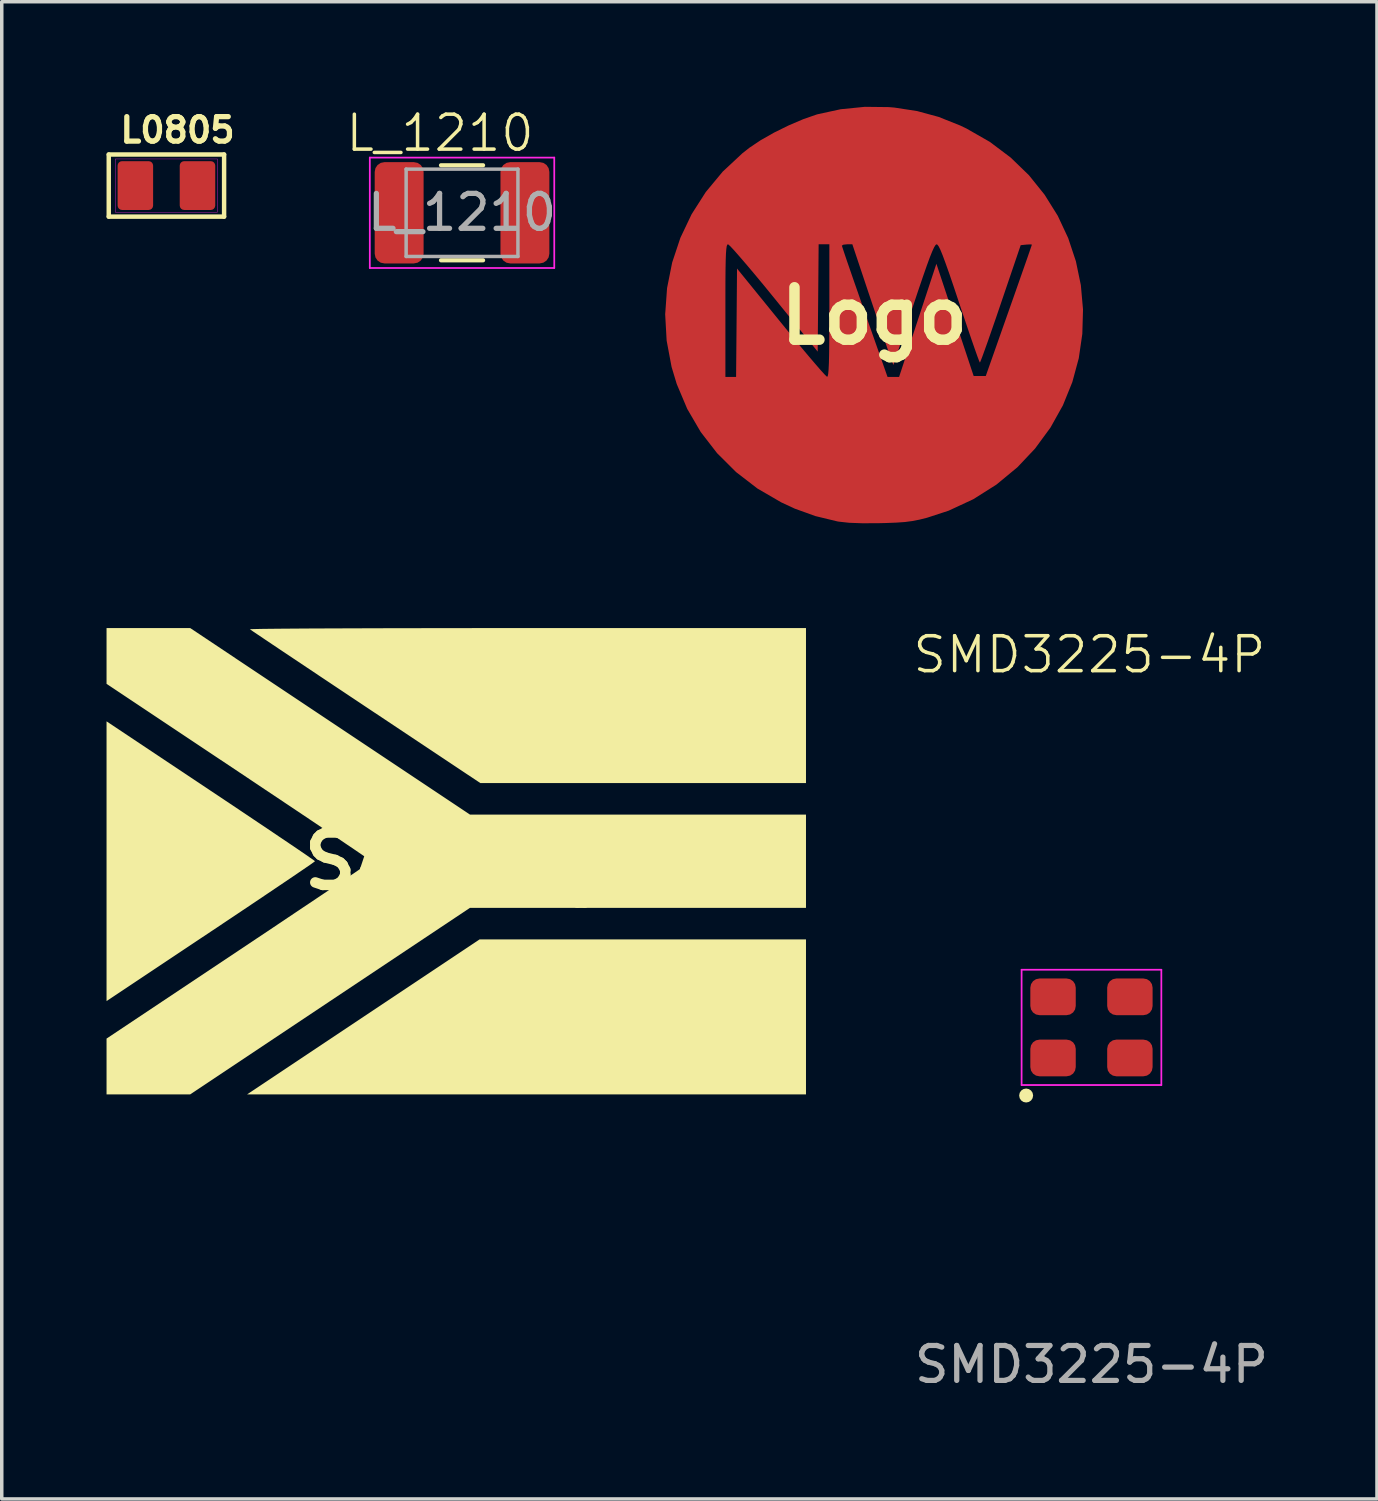
<source format=kicad_pcb>
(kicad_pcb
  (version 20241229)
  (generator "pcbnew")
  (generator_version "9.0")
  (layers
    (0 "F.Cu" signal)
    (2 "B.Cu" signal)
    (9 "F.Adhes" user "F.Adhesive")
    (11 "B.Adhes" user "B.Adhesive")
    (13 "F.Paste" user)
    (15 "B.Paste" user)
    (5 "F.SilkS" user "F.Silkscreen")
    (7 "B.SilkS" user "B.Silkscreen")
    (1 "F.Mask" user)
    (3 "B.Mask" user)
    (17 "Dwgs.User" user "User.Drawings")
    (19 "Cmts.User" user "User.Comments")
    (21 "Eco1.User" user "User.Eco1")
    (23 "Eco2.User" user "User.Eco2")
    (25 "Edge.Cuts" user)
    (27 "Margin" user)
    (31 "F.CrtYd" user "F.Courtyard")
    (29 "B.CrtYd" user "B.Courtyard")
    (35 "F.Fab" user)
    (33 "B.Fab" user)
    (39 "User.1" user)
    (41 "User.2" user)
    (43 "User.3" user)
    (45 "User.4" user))
  (footprint "SA_Flag"
    (layer "F.Cu")
    (at 10.011 21.603)
    (property "Reference" "SA_Flag" (at 0 0 0) (layer "F.SilkS") (effects (font (size 1.5 1.5) (thickness 0.3))))
    (attr board_only exclude_from_pos_files exclude_from_bom)
    (fp_poly (pts (xy 10.011 4.456) (xy 10.011 6.674) (xy 2.012 6.674) (xy -5.987 6.674) (xy -2.66 4.456) (xy 0.667 2.238) (xy 5.339 2.238) (xy 10.011 2.238)) (stroke (width 0) (type solid)) (fill yes) (layer "F.SilkS"))
    (fp_poly (pts (xy -7.027 -2.015) (xy -6.592 -1.725) (xy -6.175 -1.446) (xy -5.783 -1.183) (xy -5.418 -0.939) (xy -5.087 -0.715) (xy -4.793 -0.517) (xy -4.54 -0.346) (xy -4.335 -0.206) (xy -4.181 -0.099) (xy -4.082 -0.03) (xy -4.044 -0.001) (xy -4.044 0) (xy -4.076 0.025) (xy -4.168 0.091) (xy -4.317 0.193) (xy -4.518 0.33) (xy -4.765 0.498) (xy -5.056 0.694) (xy -5.384 0.915) (xy -5.745 1.158) (xy -6.135 1.419) (xy -6.549 1.696) (xy -6.983 1.986) (xy -7.027 2.015) (xy -10.011 4.004) (xy -10.011 0) (xy -10.011 -4.004)) (stroke (width 0) (type solid)) (fill yes) (layer "F.SilkS"))
    (fp_poly (pts (xy 10.011 -4.456) (xy 10.011 -2.238) (xy 5.349 -2.238) (xy 0.687 -2.238) (xy -2.591 -4.421) (xy -3.049 -4.726) (xy -3.488 -5.019) (xy -3.905 -5.297) (xy -4.295 -5.558) (xy -4.653 -5.797) (xy -4.975 -6.012) (xy -5.257 -6.201) (xy -5.494 -6.36) (xy -5.681 -6.486) (xy -5.815 -6.576) (xy -5.891 -6.628) (xy -5.906 -6.639) (xy -5.872 -6.643) (xy -5.762 -6.646) (xy -5.579 -6.65) (xy -5.327 -6.653) (xy -5.009 -6.656) (xy -4.628 -6.659) (xy -4.187 -6.662) (xy -3.689 -6.664) (xy -3.138 -6.666) (xy -2.535 -6.668) (xy -1.885 -6.67) (xy -1.19 -6.671) (xy -0.454 -6.672) (xy 0.321 -6.673) (xy 1.13 -6.674) (xy 1.973 -6.674) (xy 2.034 -6.674) (xy 10.011 -6.674)) (stroke (width 0) (type solid)) (fill yes) (layer "F.SilkS"))
    (fp_poly (pts (xy -3.612 -4.004) (xy 0.392 -1.335) (xy 5.202 -1.335) (xy 10.011 -1.335) (xy 10.011 0) (xy 10.011 1.335) (xy 5.202 1.335) (xy 0.392 1.335) (xy -3.612 4.004) (xy -7.616 6.674) (xy -8.813 6.674) (xy -10.011 6.674) (xy -10.011 5.875) (xy -10.011 5.077) (xy -6.222 2.552) (xy -5.731 2.224) (xy -5.257 1.908) (xy -4.807 1.606) (xy -4.383 1.322) (xy -3.99 1.059) (xy -3.632 0.818) (xy -3.313 0.603) (xy -3.036 0.416) (xy -2.807 0.26) (xy -2.629 0.138) (xy -2.506 0.053) (xy -2.442 0.007) (xy -2.434 0) (xy -2.466 -0.025) (xy -2.559 -0.09) (xy -2.71 -0.194) (xy -2.914 -0.333) (xy -3.167 -0.504) (xy -3.464 -0.705) (xy -3.803 -0.933) (xy -4.179 -1.186) (xy -4.588 -1.46) (xy -5.025 -1.752) (xy -5.488 -2.061) (xy -5.97 -2.384) (xy -6.222 -2.552) (xy -10.011 -5.077) (xy -10.011 -5.875) (xy -10.011 -6.674) (xy -8.813 -6.674) (xy -7.616 -6.674)) (stroke (width 0) (type solid)) (fill yes) (layer "F.SilkS")))
  (footprint "L0805"
    (layer "F.Cu")
    (at 1.714 2.262)
    (property "Reference" "L0805" (at 0.318 -1.589 0) (layer "F.SilkS") (effects (font (size 0.701 0.701) (thickness 0.15))))
    (attr smd)
    (fp_line (start -1.651 -0.889) (end 1.651 -0.889) (stroke (width 0.127) (type solid)) (layer "F.SilkS"))
    (fp_line (start -1.651 0.889) (end -1.651 -0.889) (stroke (width 0.127) (type solid)) (layer "F.SilkS"))
    (fp_line (start 1.651 -0.889) (end 1.651 0.889) (stroke (width 0.127) (type solid)) (layer "F.SilkS"))
    (fp_line (start 1.651 0.889) (end -1.651 0.889) (stroke (width 0.127) (type solid)) (layer "F.SilkS"))
    (fp_poly (pts (xy -1.462 -0.762) (xy 1.46 -0.762) (xy 1.46 0.763) (xy -1.462 0.763)) (stroke (width 0.01) (type solid)) (fill no) (layer "F.CrtYd"))
    (pad "1" smd roundrect (at -0.889 0) (size 1.016 1.397) (layers "F.Cu" "F.Mask" "F.Paste") (roundrect_rratio 0.125))
    (pad "2" smd roundrect (at 0.889 0) (size 1.016 1.397) (layers "F.Cu" "F.Mask" "F.Paste") (roundrect_rratio 0.125)))
  (footprint "Logo"
    (layer "F.Cu")
    (at 21.978 5.995)
    (property "Reference" "Logo" (at 0 0 0) (layer "F.SilkS") (effects (font (size 1.5 1.5) (thickness 0.3))))
    (attr board_only exclude_from_pos_files exclude_from_bom)
    (fp_poly (pts (xy 0.415 -5.979) (xy 0.573 -5.966) (xy 1.224 -5.866) (xy 1.839 -5.699) (xy 2.454 -5.454) (xy 2.638 -5.366) (xy 3.306 -4.984) (xy 3.903 -4.535) (xy 4.427 -4.028) (xy 4.876 -3.469) (xy 5.251 -2.868) (xy 5.549 -2.231) (xy 5.77 -1.567) (xy 5.912 -0.883) (xy 5.974 -0.187) (xy 5.954 0.513) (xy 5.853 1.209) (xy 5.668 1.893) (xy 5.399 2.557) (xy 5.043 3.194) (xy 4.601 3.796) (xy 4.097 4.33) (xy 3.494 4.828) (xy 2.834 5.245) (xy 2.129 5.573) (xy 1.509 5.776) (xy 1.289 5.831) (xy 1.088 5.87) (xy 0.878 5.898) (xy 0.633 5.915) (xy 0.325 5.927) (xy 0.15 5.931) (xy -0.335 5.934) (xy -0.721 5.92) (xy -1.012 5.888) (xy -1.056 5.881) (xy -1.688 5.728) (xy -2.278 5.515) (xy -2.665 5.335) (xy -3.345 4.94) (xy -3.958 4.468) (xy -4.501 3.927) (xy -4.969 3.322) (xy -5.355 2.661) (xy -5.656 1.948) (xy -5.804 1.457) (xy -5.945 0.705) (xy -5.987 -0.05) (xy -5.979 -0.154) (xy -4.263 -0.154) (xy -4.263 1.745) (xy -4.11 1.745) (xy -3.957 1.745) (xy -3.943 0.193) (xy -3.93 -1.358) (xy -2.673 0.189) (xy -2.392 0.533) (xy -2.131 0.85) (xy -1.895 1.132) (xy -1.692 1.37) (xy -1.53 1.557) (xy -1.415 1.683) (xy -1.356 1.739) (xy -1.351 1.741) (xy -1.334 1.721) (xy -1.32 1.654) (xy -1.309 1.531) (xy -1.3 1.344) (xy -1.294 1.087) (xy -1.29 0.75) (xy -1.288 0.326) (xy -1.287 -0.154) (xy -1.287 -2.014) (xy -0.929 -2.014) (xy -0.912 -1.959) (xy -0.865 -1.817) (xy -0.792 -1.6) (xy -0.695 -1.319) (xy -0.579 -0.984) (xy -0.447 -0.606) (xy -0.304 -0.195) (xy -0.276 -0.115) (xy 0.378 1.745) (xy 0.544 1.745) (xy 0.709 1.745) (xy 1.243 0.125) (xy 1.777 -1.495) (xy 2.31 0.112) (xy 2.844 1.719) (xy 3.017 1.719) (xy 3.19 1.719) (xy 3.85 -0.154) (xy 3.997 -0.57) (xy 4.132 -0.954) (xy 4.252 -1.297) (xy 4.354 -1.587) (xy 4.433 -1.815) (xy 4.486 -1.969) (xy 4.51 -2.04) (xy 4.511 -2.043) (xy 4.467 -2.049) (xy 4.359 -2.044) (xy 4.35 -2.043) (xy 4.19 -2.027) (xy 3.619 -0.347) (xy 3.485 0.047) (xy 3.36 0.407) (xy 3.25 0.724) (xy 3.156 0.986) (xy 3.085 1.182) (xy 3.038 1.301) (xy 3.022 1.334) (xy 3 1.287) (xy 2.95 1.154) (xy 2.876 0.945) (xy 2.781 0.672) (xy 2.67 0.346) (xy 2.546 -0.022) (xy 2.433 -0.359) (xy 2.276 -0.83) (xy 2.146 -1.211) (xy 2.04 -1.509) (xy 1.957 -1.734) (xy 1.892 -1.893) (xy 1.842 -1.993) (xy 1.804 -2.043) (xy 1.784 -2.052) (xy 1.754 -2.033) (xy 1.713 -1.968) (xy 1.659 -1.852) (xy 1.588 -1.675) (xy 1.498 -1.429) (xy 1.386 -1.108) (xy 1.248 -0.703) (xy 1.122 -0.325) (xy 0.546 1.403) (xy 0.425 1.074) (xy 0.378 0.938) (xy 0.303 0.721) (xy 0.207 0.44) (xy 0.095 0.11) (xy -0.027 -0.253) (xy -0.154 -0.631) (xy -0.162 -0.654) (xy -0.629 -2.052) (xy -0.778 -2.052) (xy -0.885 -2.041) (xy -0.929 -2.014) (xy -1.287 -2.014) (xy -1.287 -2.052) (xy -1.44 -2.052) (xy -1.594 -2.052) (xy -1.607 -0.516) (xy -1.621 1.02) (xy -2.868 -0.516) (xy -3.147 -0.858) (xy -3.409 -1.174) (xy -3.645 -1.454) (xy -3.848 -1.69) (xy -4.01 -1.875) (xy -4.125 -1.998) (xy -4.185 -2.051) (xy -4.189 -2.052) (xy -4.209 -2.04) (xy -4.225 -1.998) (xy -4.237 -1.916) (xy -4.247 -1.785) (xy -4.254 -1.597) (xy -4.259 -1.341) (xy -4.262 -1.009) (xy -4.263 -0.592) (xy -4.263 -0.154) (xy -5.979 -0.154) (xy -5.933 -0.798) (xy -5.787 -1.53) (xy -5.551 -2.239) (xy -5.229 -2.915) (xy -4.824 -3.549) (xy -4.339 -4.133) (xy -3.777 -4.657) (xy -3.571 -4.819) (xy -3.254 -5.031) (xy -2.87 -5.249) (xy -2.454 -5.454) (xy -2.038 -5.632) (xy -1.657 -5.765) (xy -1.621 -5.775) (xy -0.964 -5.918) (xy -0.272 -5.987)) (stroke (width 0) (type solid)) (fill yes) (layer "F.Cu"))
    (fp_poly (pts (xy 0.415 -5.987) (xy 0.573 -5.973) (xy 1.224 -5.874) (xy 1.839 -5.707) (xy 2.454 -5.461) (xy 2.638 -5.374) (xy 3.306 -4.992) (xy 3.903 -4.543) (xy 4.427 -4.035) (xy 4.876 -3.477) (xy 5.251 -2.875) (xy 5.549 -2.239) (xy 5.77 -1.574) (xy 5.912 -0.89) (xy 5.974 -0.194) (xy 5.954 0.505) (xy 5.853 1.201) (xy 5.668 1.885) (xy 5.399 2.55) (xy 5.043 3.187) (xy 4.601 3.789) (xy 4.097 4.322) (xy 3.494 4.821) (xy 2.834 5.237) (xy 2.129 5.565) (xy 1.509 5.768) (xy 1.289 5.823) (xy 1.088 5.863) (xy 0.878 5.89) (xy 0.633 5.908) (xy 0.325 5.919) (xy 0.15 5.924) (xy -0.335 5.927) (xy -0.721 5.912) (xy -1.012 5.881) (xy -1.056 5.873) (xy -1.688 5.72) (xy -2.278 5.507) (xy -2.665 5.328) (xy -3.345 4.932) (xy -3.958 4.461) (xy -4.501 3.919) (xy -4.969 3.315) (xy -5.355 2.653) (xy -5.656 1.941) (xy -5.804 1.449) (xy -5.945 0.697) (xy -5.987 -0.057) (xy -5.979 -0.161) (xy -4.263 -0.161) (xy -4.263 1.737) (xy -4.11 1.737) (xy -3.957 1.737) (xy -3.943 0.186) (xy -3.93 -1.366) (xy -2.673 0.182) (xy -2.392 0.525) (xy -2.131 0.842) (xy -1.895 1.124) (xy -1.692 1.363) (xy -1.53 1.549) (xy -1.415 1.675) (xy -1.356 1.731) (xy -1.351 1.733) (xy -1.334 1.713) (xy -1.32 1.646) (xy -1.309 1.523) (xy -1.3 1.337) (xy -1.294 1.079) (xy -1.29 0.742) (xy -1.288 0.318) (xy -1.287 -0.161) (xy -1.287 -2.022) (xy -0.929 -2.022) (xy -0.912 -1.966) (xy -0.865 -1.825) (xy -0.792 -1.608) (xy -0.695 -1.327) (xy -0.579 -0.991) (xy -0.447 -0.613) (xy -0.304 -0.203) (xy -0.276 -0.123) (xy 0.378 1.737) (xy 0.544 1.737) (xy 0.709 1.737) (xy 1.243 0.117) (xy 1.777 -1.502) (xy 2.31 0.105) (xy 2.844 1.712) (xy 3.017 1.712) (xy 3.19 1.712) (xy 3.85 -0.161) (xy 3.997 -0.577) (xy 4.132 -0.962) (xy 4.252 -1.305) (xy 4.354 -1.595) (xy 4.433 -1.823) (xy 4.486 -1.977) (xy 4.51 -2.047) (xy 4.511 -2.05) (xy 4.467 -2.057) (xy 4.359 -2.051) (xy 4.35 -2.05) (xy 4.19 -2.034) (xy 3.619 -0.354) (xy 3.485 0.039) (xy 3.36 0.4) (xy 3.25 0.717) (xy 3.156 0.979) (xy 3.085 1.175) (xy 3.038 1.294) (xy 3.022 1.326) (xy 3 1.279) (xy 2.95 1.146) (xy 2.876 0.938) (xy 2.781 0.665) (xy 2.67 0.339) (xy 2.546 -0.03) (xy 2.433 -0.367) (xy 2.276 -0.837) (xy 2.146 -1.218) (xy 2.04 -1.517) (xy 1.957 -1.742) (xy 1.892 -1.9) (xy 1.842 -2.001) (xy 1.804 -2.051) (xy 1.784 -2.06) (xy 1.754 -2.04) (xy 1.713 -1.976) (xy 1.659 -1.859) (xy 1.588 -1.682) (xy 1.498 -1.437) (xy 1.386 -1.116) (xy 1.248 -0.71) (xy 1.122 -0.332) (xy 0.546 1.395) (xy 0.425 1.066) (xy 0.378 0.93) (xy 0.303 0.714) (xy 0.207 0.432) (xy 0.095 0.102) (xy -0.027 -0.26) (xy -0.154 -0.639) (xy -0.162 -0.662) (xy -0.629 -2.06) (xy -0.778 -2.06) (xy -0.885 -2.049) (xy -0.929 -2.022) (xy -1.287 -2.022) (xy -1.287 -2.06) (xy -1.44 -2.06) (xy -1.594 -2.06) (xy -1.607 -0.524) (xy -1.621 1.012) (xy -2.868 -0.524) (xy -3.147 -0.866) (xy -3.409 -1.181) (xy -3.645 -1.462) (xy -3.848 -1.698) (xy -4.01 -1.882) (xy -4.125 -2.005) (xy -4.185 -2.058) (xy -4.189 -2.06) (xy -4.209 -2.048) (xy -4.225 -2.005) (xy -4.237 -1.924) (xy -4.247 -1.793) (xy -4.254 -1.604) (xy -4.259 -1.349) (xy -4.262 -1.017) (xy -4.263 -0.599) (xy -4.263 -0.161) (xy -5.979 -0.161) (xy -5.933 -0.805) (xy -5.787 -1.538) (xy -5.551 -2.247) (xy -5.229 -2.923) (xy -4.824 -3.557) (xy -4.339 -4.141) (xy -3.777 -4.665) (xy -3.571 -4.827) (xy -3.254 -5.039) (xy -2.87 -5.256) (xy -2.454 -5.462) (xy -2.038 -5.639) (xy -1.657 -5.772) (xy -1.621 -5.783) (xy -0.964 -5.926) (xy -0.272 -5.995)) (stroke (width 0) (type solid)) (fill yes) (layer "F.Mask")))
  (footprint "L_1210"
    (layer "F.Cu")
    (at 10.176 3.041)
    (property "Reference" "L_1210" (at -0.63 -2.28 0) (unlocked yes) (layer "F.SilkS") (effects (font (size 1 1) (thickness 0.1))))
    (attr smd)
    (fp_line (start -0.602 -1.36) (end 0.602 -1.36) (stroke (width 0.12) (type solid)) (layer "F.SilkS"))
    (fp_line (start -0.602 1.36) (end 0.602 1.36) (stroke (width 0.12) (type solid)) (layer "F.SilkS"))
    (fp_line (start -2.64 -1.58) (end 2.64 -1.58) (stroke (width 0.05) (type solid)) (layer "F.CrtYd"))
    (fp_line (start -2.64 1.58) (end -2.64 -1.58) (stroke (width 0.05) (type solid)) (layer "F.CrtYd"))
    (fp_line (start 2.64 -1.58) (end 2.64 1.58) (stroke (width 0.05) (type solid)) (layer "F.CrtYd"))
    (fp_line (start 2.64 1.58) (end -2.64 1.58) (stroke (width 0.05) (type solid)) (layer "F.CrtYd"))
    (fp_line (start -1.6 -1.25) (end 1.6 -1.25) (stroke (width 0.1) (type solid)) (layer "F.Fab"))
    (fp_line (start -1.6 1.25) (end -1.6 -1.25) (stroke (width 0.1) (type solid)) (layer "F.Fab"))
    (fp_line (start 1.6 -1.25) (end 1.6 1.25) (stroke (width 0.1) (type solid)) (layer "F.Fab"))
    (fp_line (start 1.6 1.25) (end -1.6 1.25) (stroke (width 0.1) (type solid)) (layer "F.Fab"))
    (fp_text user "${REFERENCE}" (at 0 -0.01 0) (unlocked yes) (layer "F.Fab") (effects (font (size 1 1) (thickness 0.15))))
    (pad "1" smd roundrect (at -1.8 0) (size 1.4 2.9) (layers "F.Cu" "F.Mask" "F.Paste") (roundrect_rratio 0.2))
    (pad "2" smd roundrect (at 1.8 0) (size 1.4 2.9) (layers "F.Cu" "F.Mask" "F.Paste") (roundrect_rratio 0.2)))
  (footprint "SMD3225-4P"
    (layer "F.Cu")
    (at 28.194 26.36)
    (property "Reference" "SMD3225-4P" (at -0.06 -10.67 0) (unlocked yes) (layer "F.SilkS") (effects (font (size 1 1) (thickness 0.1))))
    (attr smd)
    (fp_circle (center -1.87 1.95) (end -1.77 1.95) (stroke (width 0.2) (type solid)) (fill no) (layer "F.SilkS"))
    (fp_line (start -2 -1.65) (end 2 -1.65) (stroke (width 0.05) (type solid)) (layer "F.CrtYd"))
    (fp_line (start -2 1.65) (end -2 -1.65) (stroke (width 0.05) (type solid)) (layer "F.CrtYd"))
    (fp_line (start 2 -1.65) (end 2 1.65) (stroke (width 0.05) (type solid)) (layer "F.CrtYd"))
    (fp_line (start 2 1.65) (end -2 1.65) (stroke (width 0.05) (type solid)) (layer "F.CrtYd"))
    (fp_text user "${REFERENCE}" (at 0 9.65 0) (unlocked yes) (layer "F.Fab") (effects (font (size 1 1) (thickness 0.15))))
    (pad "1" smd roundrect (at -1.1 0.875) (size 1.3 1.05) (layers "F.Cu" "F.Mask" "F.Paste") (roundrect_rratio 0.25))
    (pad "2" smd roundrect (at 1.1 0.875) (size 1.3 1.05) (layers "F.Cu" "F.Mask" "F.Paste") (roundrect_rratio 0.25))
    (pad "3" smd roundrect (at 1.1 -0.875) (size 1.3 1.05) (layers "F.Cu" "F.Mask" "F.Paste") (roundrect_rratio 0.25))
    (pad "4" smd roundrect (at -1.1 -0.875) (size 1.3 1.05) (layers "F.Cu" "F.Mask" "F.Paste") (roundrect_rratio 0.25)))
  (gr_rect
    (start -3 -3)
    (end 36.367 39.858)
    (stroke (width 0.1) (type default))
    (fill no)
    (layer "Edge.Cuts")))
</source>
